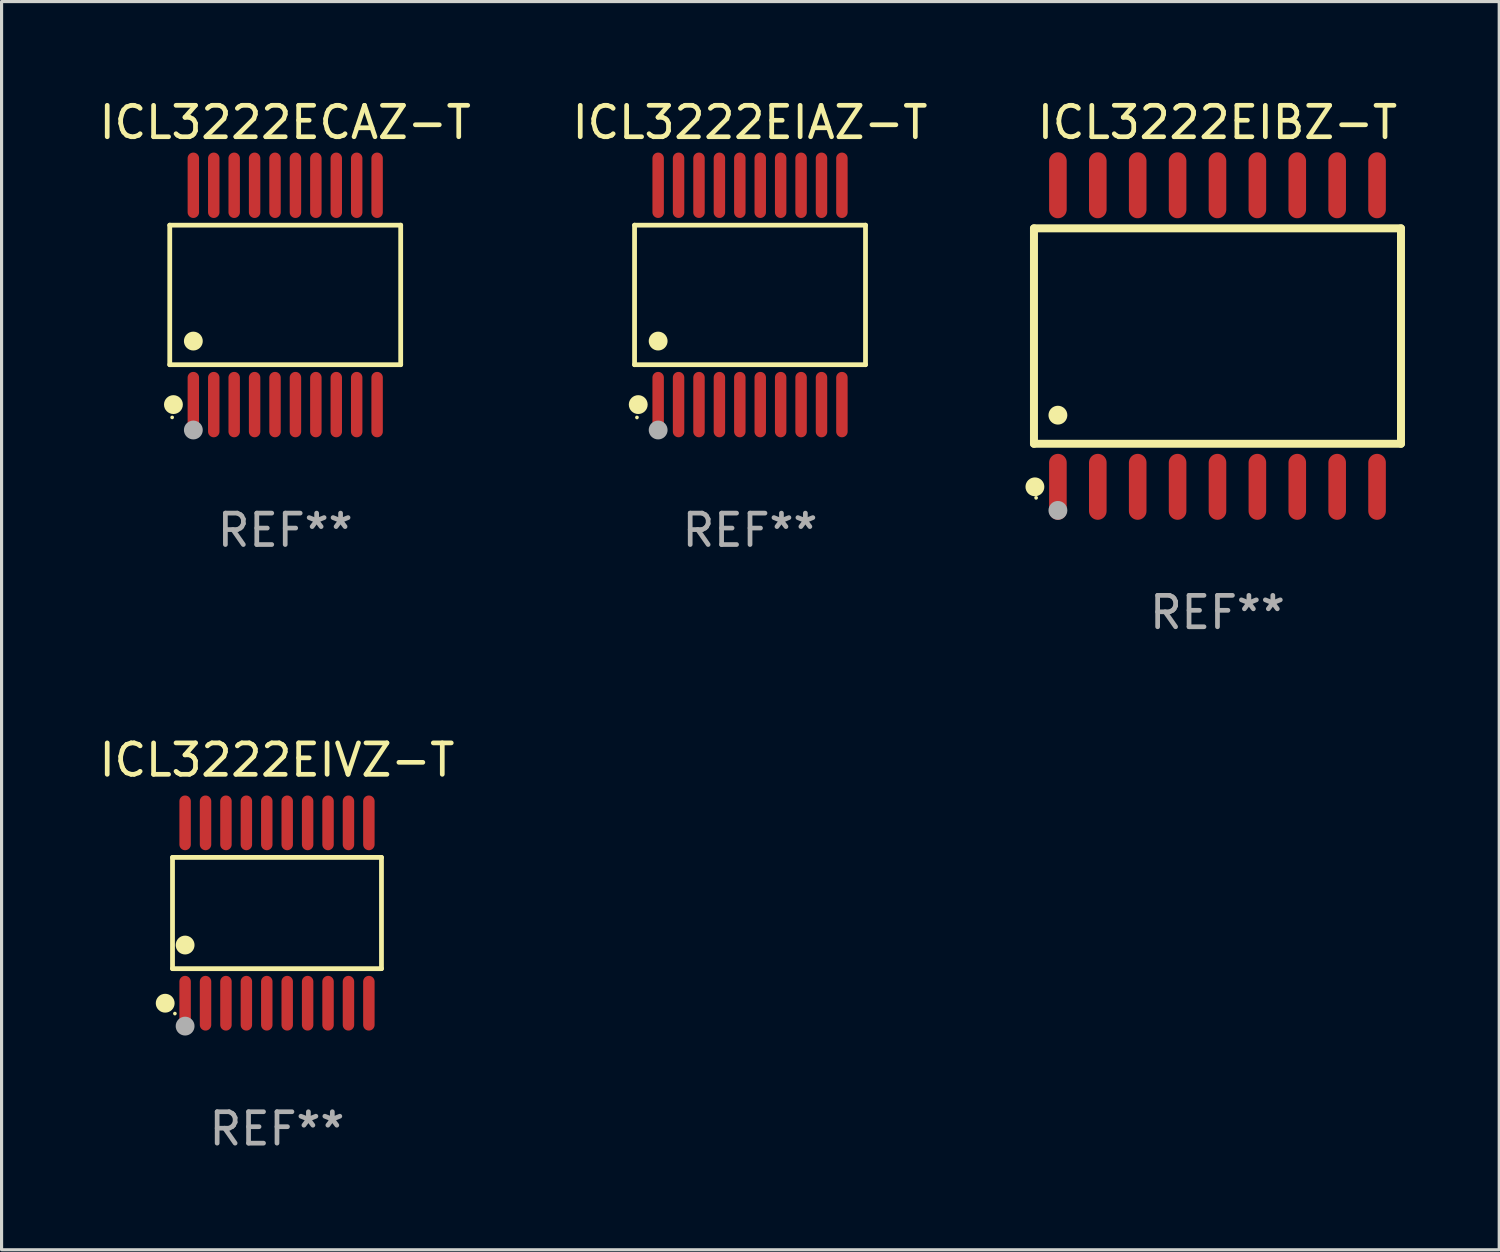
<source format=kicad_pcb>
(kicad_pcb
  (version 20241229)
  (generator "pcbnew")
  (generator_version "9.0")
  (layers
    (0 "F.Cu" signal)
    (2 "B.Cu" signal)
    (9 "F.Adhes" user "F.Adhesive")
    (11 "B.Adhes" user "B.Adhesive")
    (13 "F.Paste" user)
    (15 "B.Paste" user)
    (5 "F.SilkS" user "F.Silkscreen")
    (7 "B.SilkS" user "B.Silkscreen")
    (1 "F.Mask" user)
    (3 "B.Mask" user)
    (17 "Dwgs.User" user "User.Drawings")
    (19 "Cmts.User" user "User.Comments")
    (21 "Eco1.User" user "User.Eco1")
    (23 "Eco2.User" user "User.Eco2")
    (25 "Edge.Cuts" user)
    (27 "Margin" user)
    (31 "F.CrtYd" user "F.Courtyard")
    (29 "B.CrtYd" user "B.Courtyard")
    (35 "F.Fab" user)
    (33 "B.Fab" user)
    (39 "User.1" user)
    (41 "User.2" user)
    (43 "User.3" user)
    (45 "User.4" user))
  (footprint "ICL3222EIAZ-T"
    (layer "F.Cu")
    (at 20.827 6.339)
    (property "Reference" "ICL3222EIAZ-T" (at 0 -5.491 0) (layer "F.SilkS") (effects (font (size 1 1) (thickness 0.15))))
    (attr through_hole)
    (fp_line (start -3.676 -2.221) (end 3.676 -2.221) (stroke (width 0.152) (type solid)) (layer "F.SilkS"))
    (fp_line (start -3.676 2.221) (end -3.676 -2.221) (stroke (width 0.152) (type solid)) (layer "F.SilkS"))
    (fp_line (start 3.676 -2.221) (end 3.676 2.221) (stroke (width 0.152) (type solid)) (layer "F.SilkS"))
    (fp_line (start 3.676 2.221) (end -3.676 2.221) (stroke (width 0.152) (type solid)) (layer "F.SilkS"))
    (fp_circle (center -3.6 3.9) (end -3.57 3.9) (stroke (width 0.06) (type solid)) (fill no) (layer "F.SilkS"))
    (fp_circle (center -3.559 3.491) (end -3.409 3.491) (stroke (width 0.3) (type solid)) (fill no) (layer "F.SilkS"))
    (fp_circle (center -2.925 1.469) (end -2.775 1.469) (stroke (width 0.3) (type solid)) (fill no) (layer "F.SilkS"))
    (fp_circle (center -2.925 4.3) (end -2.775 4.3) (stroke (width 0.3) (type solid)) (fill no) (layer "F.Fab"))
    (fp_text user "REF**" (at 0 7.491 0) (layer "F.Fab") (effects (font (size 1 1) (thickness 0.15))))
    (pad "1" smd oval (at -2.925 3.491) (size 0.364 2.082) (layers "F.Cu" "F.Mask" "F.Paste"))
    (pad "2" smd oval (at -2.275 3.491) (size 0.364 2.082) (layers "F.Cu" "F.Mask" "F.Paste"))
    (pad "3" smd oval (at -1.625 3.491) (size 0.364 2.082) (layers "F.Cu" "F.Mask" "F.Paste"))
    (pad "4" smd oval (at -0.975 3.491) (size 0.364 2.082) (layers "F.Cu" "F.Mask" "F.Paste"))
    (pad "5" smd oval (at -0.325 3.491) (size 0.364 2.082) (layers "F.Cu" "F.Mask" "F.Paste"))
    (pad "6" smd oval (at 0.325 3.491) (size 0.364 2.082) (layers "F.Cu" "F.Mask" "F.Paste"))
    (pad "7" smd oval (at 0.975 3.491) (size 0.364 2.082) (layers "F.Cu" "F.Mask" "F.Paste"))
    (pad "8" smd oval (at 1.625 3.491) (size 0.364 2.082) (layers "F.Cu" "F.Mask" "F.Paste"))
    (pad "9" smd oval (at 2.275 3.491) (size 0.364 2.082) (layers "F.Cu" "F.Mask" "F.Paste"))
    (pad "10" smd oval (at 2.925 3.491) (size 0.364 2.082) (layers "F.Cu" "F.Mask" "F.Paste"))
    (pad "11" smd oval (at 2.925 -3.491) (size 0.364 2.082) (layers "F.Cu" "F.Mask" "F.Paste"))
    (pad "12" smd oval (at 2.275 -3.491) (size 0.364 2.082) (layers "F.Cu" "F.Mask" "F.Paste"))
    (pad "13" smd oval (at 1.625 -3.491) (size 0.364 2.082) (layers "F.Cu" "F.Mask" "F.Paste"))
    (pad "14" smd oval (at 0.975 -3.491) (size 0.364 2.082) (layers "F.Cu" "F.Mask" "F.Paste"))
    (pad "15" smd oval (at 0.325 -3.491) (size 0.364 2.082) (layers "F.Cu" "F.Mask" "F.Paste"))
    (pad "16" smd oval (at -0.325 -3.491) (size 0.364 2.082) (layers "F.Cu" "F.Mask" "F.Paste"))
    (pad "17" smd oval (at -0.975 -3.491) (size 0.364 2.082) (layers "F.Cu" "F.Mask" "F.Paste"))
    (pad "18" smd oval (at -1.625 -3.491) (size 0.364 2.082) (layers "F.Cu" "F.Mask" "F.Paste"))
    (pad "19" smd oval (at -2.275 -3.491) (size 0.364 2.082) (layers "F.Cu" "F.Mask" "F.Paste"))
    (pad "20" smd oval (at -2.925 -3.491) (size 0.364 2.082) (layers "F.Cu" "F.Mask" "F.Paste")))
  (footprint "ICL3222ECAZ-T"
    (layer "F.Cu")
    (at 6.03 6.339)
    (property "Reference" "ICL3222ECAZ-T" (at 0 -5.491 0) (layer "F.SilkS") (effects (font (size 1 1) (thickness 0.15))))
    (attr through_hole)
    (fp_line (start -3.676 -2.221) (end 3.676 -2.221) (stroke (width 0.152) (type solid)) (layer "F.SilkS"))
    (fp_line (start -3.676 2.221) (end -3.676 -2.221) (stroke (width 0.152) (type solid)) (layer "F.SilkS"))
    (fp_line (start 3.676 -2.221) (end 3.676 2.221) (stroke (width 0.152) (type solid)) (layer "F.SilkS"))
    (fp_line (start 3.676 2.221) (end -3.676 2.221) (stroke (width 0.152) (type solid)) (layer "F.SilkS"))
    (fp_circle (center -3.6 3.9) (end -3.57 3.9) (stroke (width 0.06) (type solid)) (fill no) (layer "F.SilkS"))
    (fp_circle (center -3.559 3.491) (end -3.409 3.491) (stroke (width 0.3) (type solid)) (fill no) (layer "F.SilkS"))
    (fp_circle (center -2.925 1.469) (end -2.775 1.469) (stroke (width 0.3) (type solid)) (fill no) (layer "F.SilkS"))
    (fp_circle (center -2.925 4.3) (end -2.775 4.3) (stroke (width 0.3) (type solid)) (fill no) (layer "F.Fab"))
    (fp_text user "REF**" (at 0 7.491 0) (layer "F.Fab") (effects (font (size 1 1) (thickness 0.15))))
    (pad "1" smd oval (at -2.925 3.491) (size 0.364 2.082) (layers "F.Cu" "F.Mask" "F.Paste"))
    (pad "2" smd oval (at -2.275 3.491) (size 0.364 2.082) (layers "F.Cu" "F.Mask" "F.Paste"))
    (pad "3" smd oval (at -1.625 3.491) (size 0.364 2.082) (layers "F.Cu" "F.Mask" "F.Paste"))
    (pad "4" smd oval (at -0.975 3.491) (size 0.364 2.082) (layers "F.Cu" "F.Mask" "F.Paste"))
    (pad "5" smd oval (at -0.325 3.491) (size 0.364 2.082) (layers "F.Cu" "F.Mask" "F.Paste"))
    (pad "6" smd oval (at 0.325 3.491) (size 0.364 2.082) (layers "F.Cu" "F.Mask" "F.Paste"))
    (pad "7" smd oval (at 0.975 3.491) (size 0.364 2.082) (layers "F.Cu" "F.Mask" "F.Paste"))
    (pad "8" smd oval (at 1.625 3.491) (size 0.364 2.082) (layers "F.Cu" "F.Mask" "F.Paste"))
    (pad "9" smd oval (at 2.275 3.491) (size 0.364 2.082) (layers "F.Cu" "F.Mask" "F.Paste"))
    (pad "10" smd oval (at 2.925 3.491) (size 0.364 2.082) (layers "F.Cu" "F.Mask" "F.Paste"))
    (pad "11" smd oval (at 2.925 -3.491) (size 0.364 2.082) (layers "F.Cu" "F.Mask" "F.Paste"))
    (pad "12" smd oval (at 2.275 -3.491) (size 0.364 2.082) (layers "F.Cu" "F.Mask" "F.Paste"))
    (pad "13" smd oval (at 1.625 -3.491) (size 0.364 2.082) (layers "F.Cu" "F.Mask" "F.Paste"))
    (pad "14" smd oval (at 0.975 -3.491) (size 0.364 2.082) (layers "F.Cu" "F.Mask" "F.Paste"))
    (pad "15" smd oval (at 0.325 -3.491) (size 0.364 2.082) (layers "F.Cu" "F.Mask" "F.Paste"))
    (pad "16" smd oval (at -0.325 -3.491) (size 0.364 2.082) (layers "F.Cu" "F.Mask" "F.Paste"))
    (pad "17" smd oval (at -0.975 -3.491) (size 0.364 2.082) (layers "F.Cu" "F.Mask" "F.Paste"))
    (pad "18" smd oval (at -1.625 -3.491) (size 0.364 2.082) (layers "F.Cu" "F.Mask" "F.Paste"))
    (pad "19" smd oval (at -2.275 -3.491) (size 0.364 2.082) (layers "F.Cu" "F.Mask" "F.Paste"))
    (pad "20" smd oval (at -2.925 -3.491) (size 0.364 2.082) (layers "F.Cu" "F.Mask" "F.Paste")))
  (footprint "ICL3222EIVZ-T"
    (layer "F.Cu")
    (at 5.768 26.016)
    (property "Reference" "ICL3222EIVZ-T" (at 0 -4.871 0) (layer "F.SilkS") (effects (font (size 1 1) (thickness 0.15))))
    (attr through_hole)
    (fp_line (start -3.326 -1.771) (end 3.326 -1.771) (stroke (width 0.152) (type solid)) (layer "F.SilkS"))
    (fp_line (start -3.326 1.771) (end -3.326 -1.771) (stroke (width 0.152) (type solid)) (layer "F.SilkS"))
    (fp_line (start 3.326 -1.771) (end 3.326 1.771) (stroke (width 0.152) (type solid)) (layer "F.SilkS"))
    (fp_line (start 3.326 1.771) (end -3.326 1.771) (stroke (width 0.152) (type solid)) (layer "F.SilkS"))
    (fp_circle (center -3.559 2.871) (end -3.409 2.871) (stroke (width 0.3) (type solid)) (fill no) (layer "F.SilkS"))
    (fp_circle (center -3.25 3.2) (end -3.22 3.2) (stroke (width 0.06) (type solid)) (fill no) (layer "F.SilkS"))
    (fp_circle (center -2.925 1.019) (end -2.775 1.019) (stroke (width 0.3) (type solid)) (fill no) (layer "F.SilkS"))
    (fp_circle (center -2.925 3.6) (end -2.775 3.6) (stroke (width 0.3) (type solid)) (fill no) (layer "F.Fab"))
    (fp_text user "REF**" (at 0 6.871 0) (layer "F.Fab") (effects (font (size 1 1) (thickness 0.15))))
    (pad "1" smd oval (at -2.925 2.871) (size 0.364 1.742) (layers "F.Cu" "F.Mask" "F.Paste"))
    (pad "2" smd oval (at -2.275 2.871) (size 0.364 1.742) (layers "F.Cu" "F.Mask" "F.Paste"))
    (pad "3" smd oval (at -1.625 2.871) (size 0.364 1.742) (layers "F.Cu" "F.Mask" "F.Paste"))
    (pad "4" smd oval (at -0.975 2.871) (size 0.364 1.742) (layers "F.Cu" "F.Mask" "F.Paste"))
    (pad "5" smd oval (at -0.325 2.871) (size 0.364 1.742) (layers "F.Cu" "F.Mask" "F.Paste"))
    (pad "6" smd oval (at 0.325 2.871) (size 0.364 1.742) (layers "F.Cu" "F.Mask" "F.Paste"))
    (pad "7" smd oval (at 0.975 2.871) (size 0.364 1.742) (layers "F.Cu" "F.Mask" "F.Paste"))
    (pad "8" smd oval (at 1.625 2.871) (size 0.364 1.742) (layers "F.Cu" "F.Mask" "F.Paste"))
    (pad "9" smd oval (at 2.275 2.871) (size 0.364 1.742) (layers "F.Cu" "F.Mask" "F.Paste"))
    (pad "10" smd oval (at 2.925 2.871) (size 0.364 1.742) (layers "F.Cu" "F.Mask" "F.Paste"))
    (pad "11" smd oval (at 2.925 -2.871) (size 0.364 1.742) (layers "F.Cu" "F.Mask" "F.Paste"))
    (pad "12" smd oval (at 2.275 -2.871) (size 0.364 1.742) (layers "F.Cu" "F.Mask" "F.Paste"))
    (pad "13" smd oval (at 1.625 -2.871) (size 0.364 1.742) (layers "F.Cu" "F.Mask" "F.Paste"))
    (pad "14" smd oval (at 0.975 -2.871) (size 0.364 1.742) (layers "F.Cu" "F.Mask" "F.Paste"))
    (pad "15" smd oval (at 0.325 -2.871) (size 0.364 1.742) (layers "F.Cu" "F.Mask" "F.Paste"))
    (pad "16" smd oval (at -0.325 -2.871) (size 0.364 1.742) (layers "F.Cu" "F.Mask" "F.Paste"))
    (pad "17" smd oval (at -0.975 -2.871) (size 0.364 1.742) (layers "F.Cu" "F.Mask" "F.Paste"))
    (pad "18" smd oval (at -1.625 -2.871) (size 0.364 1.742) (layers "F.Cu" "F.Mask" "F.Paste"))
    (pad "19" smd oval (at -2.275 -2.871) (size 0.364 1.742) (layers "F.Cu" "F.Mask" "F.Paste"))
    (pad "20" smd oval (at -2.925 -2.871) (size 0.364 1.742) (layers "F.Cu" "F.Mask" "F.Paste")))
  (footprint "ICL3222EIBZ-T"
    (layer "F.Cu")
    (at 35.708 7.648)
    (property "Reference" "ICL3222EIBZ-T" (at 0 -6.8 0) (layer "F.SilkS") (effects (font (size 1 1) (thickness 0.15))))
    (attr through_hole)
    (fp_line (start -5.842 -3.429) (end -5.842 3.429) (stroke (width 0.254) (type solid)) (layer "F.SilkS"))
    (fp_line (start -5.842 3.429) (end 5.842 3.429) (stroke (width 0.254) (type solid)) (layer "F.SilkS"))
    (fp_line (start 5.842 -3.429) (end -5.842 -3.429) (stroke (width 0.254) (type solid)) (layer "F.SilkS"))
    (fp_line (start 5.842 3.429) (end 5.842 -3.429) (stroke (width 0.254) (type solid)) (layer "F.SilkS"))
    (fp_circle (center -5.812 4.8) (end -5.662 4.8) (stroke (width 0.3) (type solid)) (fill no) (layer "F.SilkS"))
    (fp_circle (center -5.775 5.15) (end -5.745 5.15) (stroke (width 0.06) (type solid)) (fill no) (layer "F.SilkS"))
    (fp_circle (center -5.08 2.519) (end -4.93 2.519) (stroke (width 0.3) (type solid)) (fill no) (layer "F.SilkS"))
    (fp_circle (center -5.08 5.55) (end -4.93 5.55) (stroke (width 0.3) (type solid)) (fill no) (layer "F.Fab"))
    (fp_text user "REF**" (at 0 8.8 0) (layer "F.Fab") (effects (font (size 1 1) (thickness 0.15))))
    (pad "1" smd oval (at -5.08 4.8) (size 0.56 2.1) (layers "F.Cu" "F.Mask" "F.Paste"))
    (pad "2" smd oval (at -3.81 4.8) (size 0.56 2.1) (layers "F.Cu" "F.Mask" "F.Paste"))
    (pad "3" smd oval (at -2.54 4.8) (size 0.56 2.1) (layers "F.Cu" "F.Mask" "F.Paste"))
    (pad "4" smd oval (at -1.27 4.8) (size 0.56 2.1) (layers "F.Cu" "F.Mask" "F.Paste"))
    (pad "5" smd oval (at 0 4.8) (size 0.56 2.1) (layers "F.Cu" "F.Mask" "F.Paste"))
    (pad "6" smd oval (at 1.27 4.8) (size 0.56 2.1) (layers "F.Cu" "F.Mask" "F.Paste"))
    (pad "7" smd oval (at 2.54 4.8) (size 0.56 2.1) (layers "F.Cu" "F.Mask" "F.Paste"))
    (pad "8" smd oval (at 3.81 4.8) (size 0.56 2.1) (layers "F.Cu" "F.Mask" "F.Paste"))
    (pad "9" smd oval (at 5.08 4.8) (size 0.56 2.1) (layers "F.Cu" "F.Mask" "F.Paste"))
    (pad "10" smd oval (at 5.08 -4.8) (size 0.56 2.1) (layers "F.Cu" "F.Mask" "F.Paste"))
    (pad "11" smd oval (at 3.81 -4.8) (size 0.56 2.1) (layers "F.Cu" "F.Mask" "F.Paste"))
    (pad "12" smd oval (at 2.54 -4.8) (size 0.56 2.1) (layers "F.Cu" "F.Mask" "F.Paste"))
    (pad "13" smd oval (at 1.27 -4.8) (size 0.56 2.1) (layers "F.Cu" "F.Mask" "F.Paste"))
    (pad "14" smd oval (at 0 -4.8) (size 0.56 2.1) (layers "F.Cu" "F.Mask" "F.Paste"))
    (pad "15" smd oval (at -1.27 -4.8) (size 0.56 2.1) (layers "F.Cu" "F.Mask" "F.Paste"))
    (pad "16" smd oval (at -2.54 -4.8) (size 0.56 2.1) (layers "F.Cu" "F.Mask" "F.Paste"))
    (pad "17" smd oval (at -3.81 -4.8) (size 0.56 2.1) (layers "F.Cu" "F.Mask" "F.Paste"))
    (pad "18" smd oval (at -5.08 -4.8) (size 0.56 2.1) (layers "F.Cu" "F.Mask" "F.Paste")))
  (gr_rect
    (start -3 -3)
    (end 44.677 36.735)
    (stroke (width 0.1) (type default))
    (fill no)
    (layer "Edge.Cuts")))
</source>
